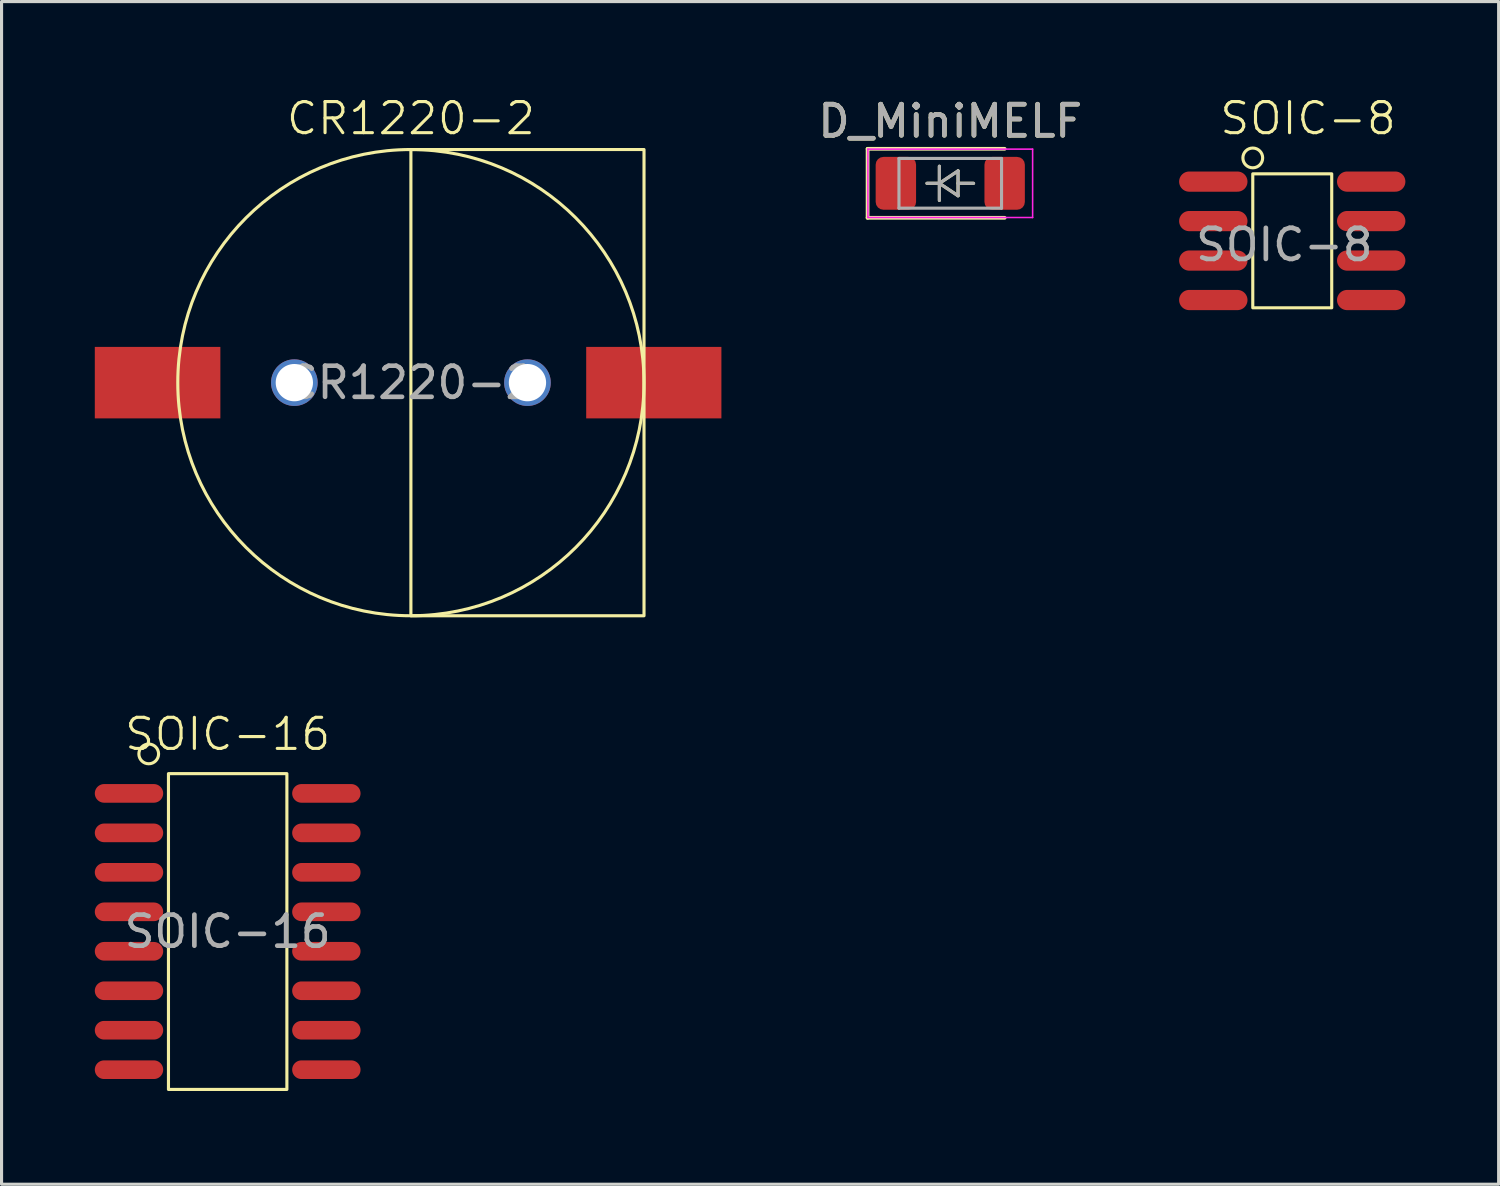
<source format=kicad_pcb>
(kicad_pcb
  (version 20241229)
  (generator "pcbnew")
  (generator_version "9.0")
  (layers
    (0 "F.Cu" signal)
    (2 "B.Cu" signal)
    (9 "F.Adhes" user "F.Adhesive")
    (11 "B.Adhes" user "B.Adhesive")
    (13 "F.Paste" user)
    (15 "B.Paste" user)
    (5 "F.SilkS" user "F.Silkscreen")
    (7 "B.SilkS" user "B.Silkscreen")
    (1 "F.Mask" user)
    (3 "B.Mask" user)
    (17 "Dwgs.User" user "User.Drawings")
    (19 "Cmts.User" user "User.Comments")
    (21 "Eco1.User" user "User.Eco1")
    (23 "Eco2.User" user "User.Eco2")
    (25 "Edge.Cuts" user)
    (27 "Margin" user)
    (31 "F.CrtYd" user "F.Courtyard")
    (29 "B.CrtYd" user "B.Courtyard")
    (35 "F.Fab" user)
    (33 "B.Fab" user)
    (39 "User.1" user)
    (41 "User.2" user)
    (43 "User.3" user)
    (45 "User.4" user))
  (footprint "D_MiniMELF"
    (layer "F.Cu")
    (at 27.523 2.848)
    (property "Reference" "D_MiniMELF" (at 0 -2 0) (layer "F.SilkS") (effects (font (size 1 1) (thickness 0.15))))
    (attr smd)
    (fp_line (start -2.66 -1.11) (end -2.66 1.11) (stroke (width 0.12) (type solid)) (layer "F.SilkS"))
    (fp_line (start -2.66 1.11) (end 1.75 1.11) (stroke (width 0.12) (type solid)) (layer "F.SilkS"))
    (fp_line (start -0.75 0) (end -0.35 0) (stroke (width 0.1) (type default)) (layer "F.SilkS"))
    (fp_line (start -0.35 -0.55) (end -0.35 0.55) (stroke (width 0.1) (type default)) (layer "F.SilkS"))
    (fp_line (start -0.35 0) (end 0.25 -0.4) (stroke (width 0.1) (type default)) (layer "F.SilkS"))
    (fp_line (start -0.35 0) (end 0.25 0.4) (stroke (width 0.1) (type default)) (layer "F.SilkS"))
    (fp_line (start 0.25 0.4) (end 0.25 -0.4) (stroke (width 0.1) (type default)) (layer "F.SilkS"))
    (fp_line (start 0.75 0) (end 0.25 0) (stroke (width 0.1) (type default)) (layer "F.SilkS"))
    (fp_line (start 1.75 -1.11) (end -2.66 -1.11) (stroke (width 0.12) (type solid)) (layer "F.SilkS"))
    (fp_line (start -2.65 -1.1) (end 2.65 -1.1) (stroke (width 0.05) (type solid)) (layer "F.CrtYd"))
    (fp_line (start -2.65 1.1) (end -2.65 -1.1) (stroke (width 0.05) (type solid)) (layer "F.CrtYd"))
    (fp_line (start 2.65 -1.1) (end 2.65 1.1) (stroke (width 0.05) (type solid)) (layer "F.CrtYd"))
    (fp_line (start 2.65 1.1) (end -2.65 1.1) (stroke (width 0.05) (type solid)) (layer "F.CrtYd"))
    (fp_line (start -1.65 -0.8) (end 1.65 -0.8) (stroke (width 0.1) (type solid)) (layer "F.Fab"))
    (fp_line (start -1.65 0.8) (end -1.65 -0.8) (stroke (width 0.1) (type solid)) (layer "F.Fab"))
    (fp_line (start -0.75 0) (end -0.35 0) (stroke (width 0.1) (type solid)) (layer "F.Fab"))
    (fp_line (start -0.35 0) (end -0.35 -0.55) (stroke (width 0.1) (type solid)) (layer "F.Fab"))
    (fp_line (start -0.35 0) (end -0.35 0.55) (stroke (width 0.1) (type solid)) (layer "F.Fab"))
    (fp_line (start -0.35 0) (end 0.25 -0.4) (stroke (width 0.1) (type solid)) (layer "F.Fab"))
    (fp_line (start 0.25 -0.4) (end 0.25 0.4) (stroke (width 0.1) (type solid)) (layer "F.Fab"))
    (fp_line (start 0.25 0) (end 0.75 0) (stroke (width 0.1) (type solid)) (layer "F.Fab"))
    (fp_line (start 0.25 0.4) (end -0.35 0) (stroke (width 0.1) (type solid)) (layer "F.Fab"))
    (fp_line (start 1.65 -0.8) (end 1.65 0.8) (stroke (width 0.1) (type solid)) (layer "F.Fab"))
    (fp_line (start 1.65 0.8) (end -1.65 0.8) (stroke (width 0.1) (type solid)) (layer "F.Fab"))
    (fp_text user "${REFERENCE}" (at 0 -2 0) (layer "F.Fab") (effects (font (size 1 1) (thickness 0.15))))
    (pad "1" smd roundrect (at -1.75 0) (size 1.3 1.7) (layers "F.Cu" "F.Mask" "F.Paste") (roundrect_rratio 0.192))
    (pad "2" smd roundrect (at 1.75 0) (size 1.3 1.7) (layers "F.Cu" "F.Mask" "F.Paste") (roundrect_rratio 0.192)))
  (footprint "SOIC-16"
    (layer "F.Cu")
    (at 4.275 26.921)
    (property "Reference" "SOIC-16" (at 0 -6.35 0) (unlocked yes) (layer "F.SilkS") (effects (font (size 1 1) (thickness 0.1))))
    (attr smd)
    (fp_rect (start -1.905 -5.08) (end 1.905 5.08) (stroke (width 0.1) (type default)) (fill no) (layer "F.SilkS"))
    (fp_circle (center -2.54 -5.715) (end -2.223 -5.715) (stroke (width 0.1) (type default)) (fill no) (layer "F.SilkS"))
    (fp_text user "${REFERENCE}" (at 0 0 0) (unlocked yes) (layer "F.Fab") (effects (font (size 1 1) (thickness 0.15))))
    (pad "1" smd oval (at -3.175 -4.445) (size 2.2 0.6) (layers "F.Cu" "F.Mask" "F.Paste"))
    (pad "2" smd oval (at -3.175 -3.175) (size 2.2 0.6) (layers "F.Cu" "F.Mask" "F.Paste"))
    (pad "3" smd oval (at -3.175 -1.905) (size 2.2 0.6) (layers "F.Cu" "F.Mask" "F.Paste"))
    (pad "4" smd oval (at -3.175 -0.635) (size 2.2 0.6) (layers "F.Cu" "F.Mask" "F.Paste"))
    (pad "5" smd oval (at -3.175 0.635) (size 2.2 0.6) (layers "F.Cu" "F.Mask" "F.Paste"))
    (pad "6" smd oval (at -3.175 1.905) (size 2.2 0.6) (layers "F.Cu" "F.Mask" "F.Paste"))
    (pad "7" smd oval (at -3.175 3.175) (size 2.2 0.6) (layers "F.Cu" "F.Mask" "F.Paste"))
    (pad "8" smd oval (at -3.175 4.445) (size 2.2 0.6) (layers "F.Cu" "F.Mask" "F.Paste"))
    (pad "9" smd oval (at 3.175 4.445) (size 2.2 0.6) (layers "F.Cu" "F.Mask" "F.Paste"))
    (pad "10" smd oval (at 3.175 3.175) (size 2.2 0.6) (layers "F.Cu" "F.Mask" "F.Paste"))
    (pad "11" smd oval (at 3.175 1.905) (size 2.2 0.6) (layers "F.Cu" "F.Mask" "F.Paste"))
    (pad "12" smd oval (at 3.175 0.635) (size 2.2 0.6) (layers "F.Cu" "F.Mask" "F.Paste"))
    (pad "13" smd oval (at 3.175 -0.635) (size 2.2 0.6) (layers "F.Cu" "F.Mask" "F.Paste"))
    (pad "14" smd oval (at 3.175 -1.905) (size 2.2 0.6) (layers "F.Cu" "F.Mask" "F.Paste"))
    (pad "15" smd oval (at 3.175 -3.175) (size 2.2 0.6) (layers "F.Cu" "F.Mask" "F.Paste"))
    (pad "16" smd oval (at 3.175 -4.445) (size 2.2 0.6) (layers "F.Cu" "F.Mask" "F.Paste")))
  (footprint "CR1220-2"
    (layer "F.Cu")
    (at 10.17 9.261)
    (property "Reference" "CR1220-2" (at 0 -8.5 0) (unlocked yes) (layer "F.SilkS") (effects (font (size 1 1) (thickness 0.1))))
    (attr smd)
    (fp_rect (start 0 -7.5) (end 7.5 7.5) (stroke (width 0.1) (type default)) (fill no) (layer "F.SilkS"))
    (fp_circle (center 0 0) (end 7.5 0) (stroke (width 0.1) (type default)) (fill no) (layer "F.SilkS"))
    (fp_text user "${REFERENCE}" (at 0 0 0) (unlocked yes) (layer "F.Fab") (effects (font (size 1 1) (thickness 0.15))))
    (pad "" thru_hole circle (at -3.75 0) (size 1.5 1.5) (drill 1.2) (layers "*.Cu" "*.Mask"))
    (pad "" thru_hole circle (at 3.75 0) (size 1.5 1.5) (drill 1.2) (layers "*.Cu" "*.Mask"))
    (pad "1" smd rect (at -8.15 0) (size 4.04 2.3) (layers "F.Cu" "F.Mask" "F.Paste"))
    (pad "2" smd rect (at 7.815 0) (size 4.35 2.3) (layers "F.Cu" "F.Mask" "F.Paste")))
  (footprint "SOIC-8"
    (layer "F.Cu")
    (at 38.526 4.702)
    (property "Reference" "SOIC-8" (at 0.508 -3.941 0) (unlocked yes) (layer "F.SilkS") (effects (font (size 1 1) (thickness 0.1))))
    (attr smd)
    (fp_rect (start -1.27 -2.159) (end 1.27 2.151) (stroke (width 0.1) (type default)) (fill no) (layer "F.SilkS"))
    (fp_circle (center -1.27 -2.671) (end -1.27 -2.353) (stroke (width 0.1) (type default)) (fill no) (layer "F.SilkS"))
    (fp_text user "${REFERENCE}" (at -0.254 0.123 0) (unlocked yes) (layer "F.Fab") (effects (font (size 1 1) (thickness 0.15))))
    (pad "1" smd oval (at -2.54 -1.909 270) (size 0.65 2.2) (layers "F.Cu" "F.Mask" "F.Paste"))
    (pad "2" smd oval (at -2.54 -0.639 270) (size 0.65 2.2) (layers "F.Cu" "F.Mask" "F.Paste"))
    (pad "3" smd oval (at -2.54 0.631 270) (size 0.65 2.2) (layers "F.Cu" "F.Mask" "F.Paste"))
    (pad "4" smd oval (at -2.54 1.901 270) (size 0.65 2.2) (layers "F.Cu" "F.Mask" "F.Paste"))
    (pad "5" smd oval (at 2.54 1.901 270) (size 0.65 2.2) (layers "F.Cu" "F.Mask" "F.Paste"))
    (pad "6" smd oval (at 2.54 0.631 270) (size 0.65 2.2) (layers "F.Cu" "F.Mask" "F.Paste"))
    (pad "7" smd oval (at 2.54 -0.639 270) (size 0.65 2.2) (layers "F.Cu" "F.Mask" "F.Paste"))
    (pad "8" smd oval (at 2.54 -1.909 270) (size 0.65 2.2) (layers "F.Cu" "F.Mask" "F.Paste")))
  (gr_rect
    (start -3 -3)
    (end 45.166 35.051)
    (stroke (width 0.1) (type default))
    (fill no)
    (layer "Edge.Cuts")))
</source>
